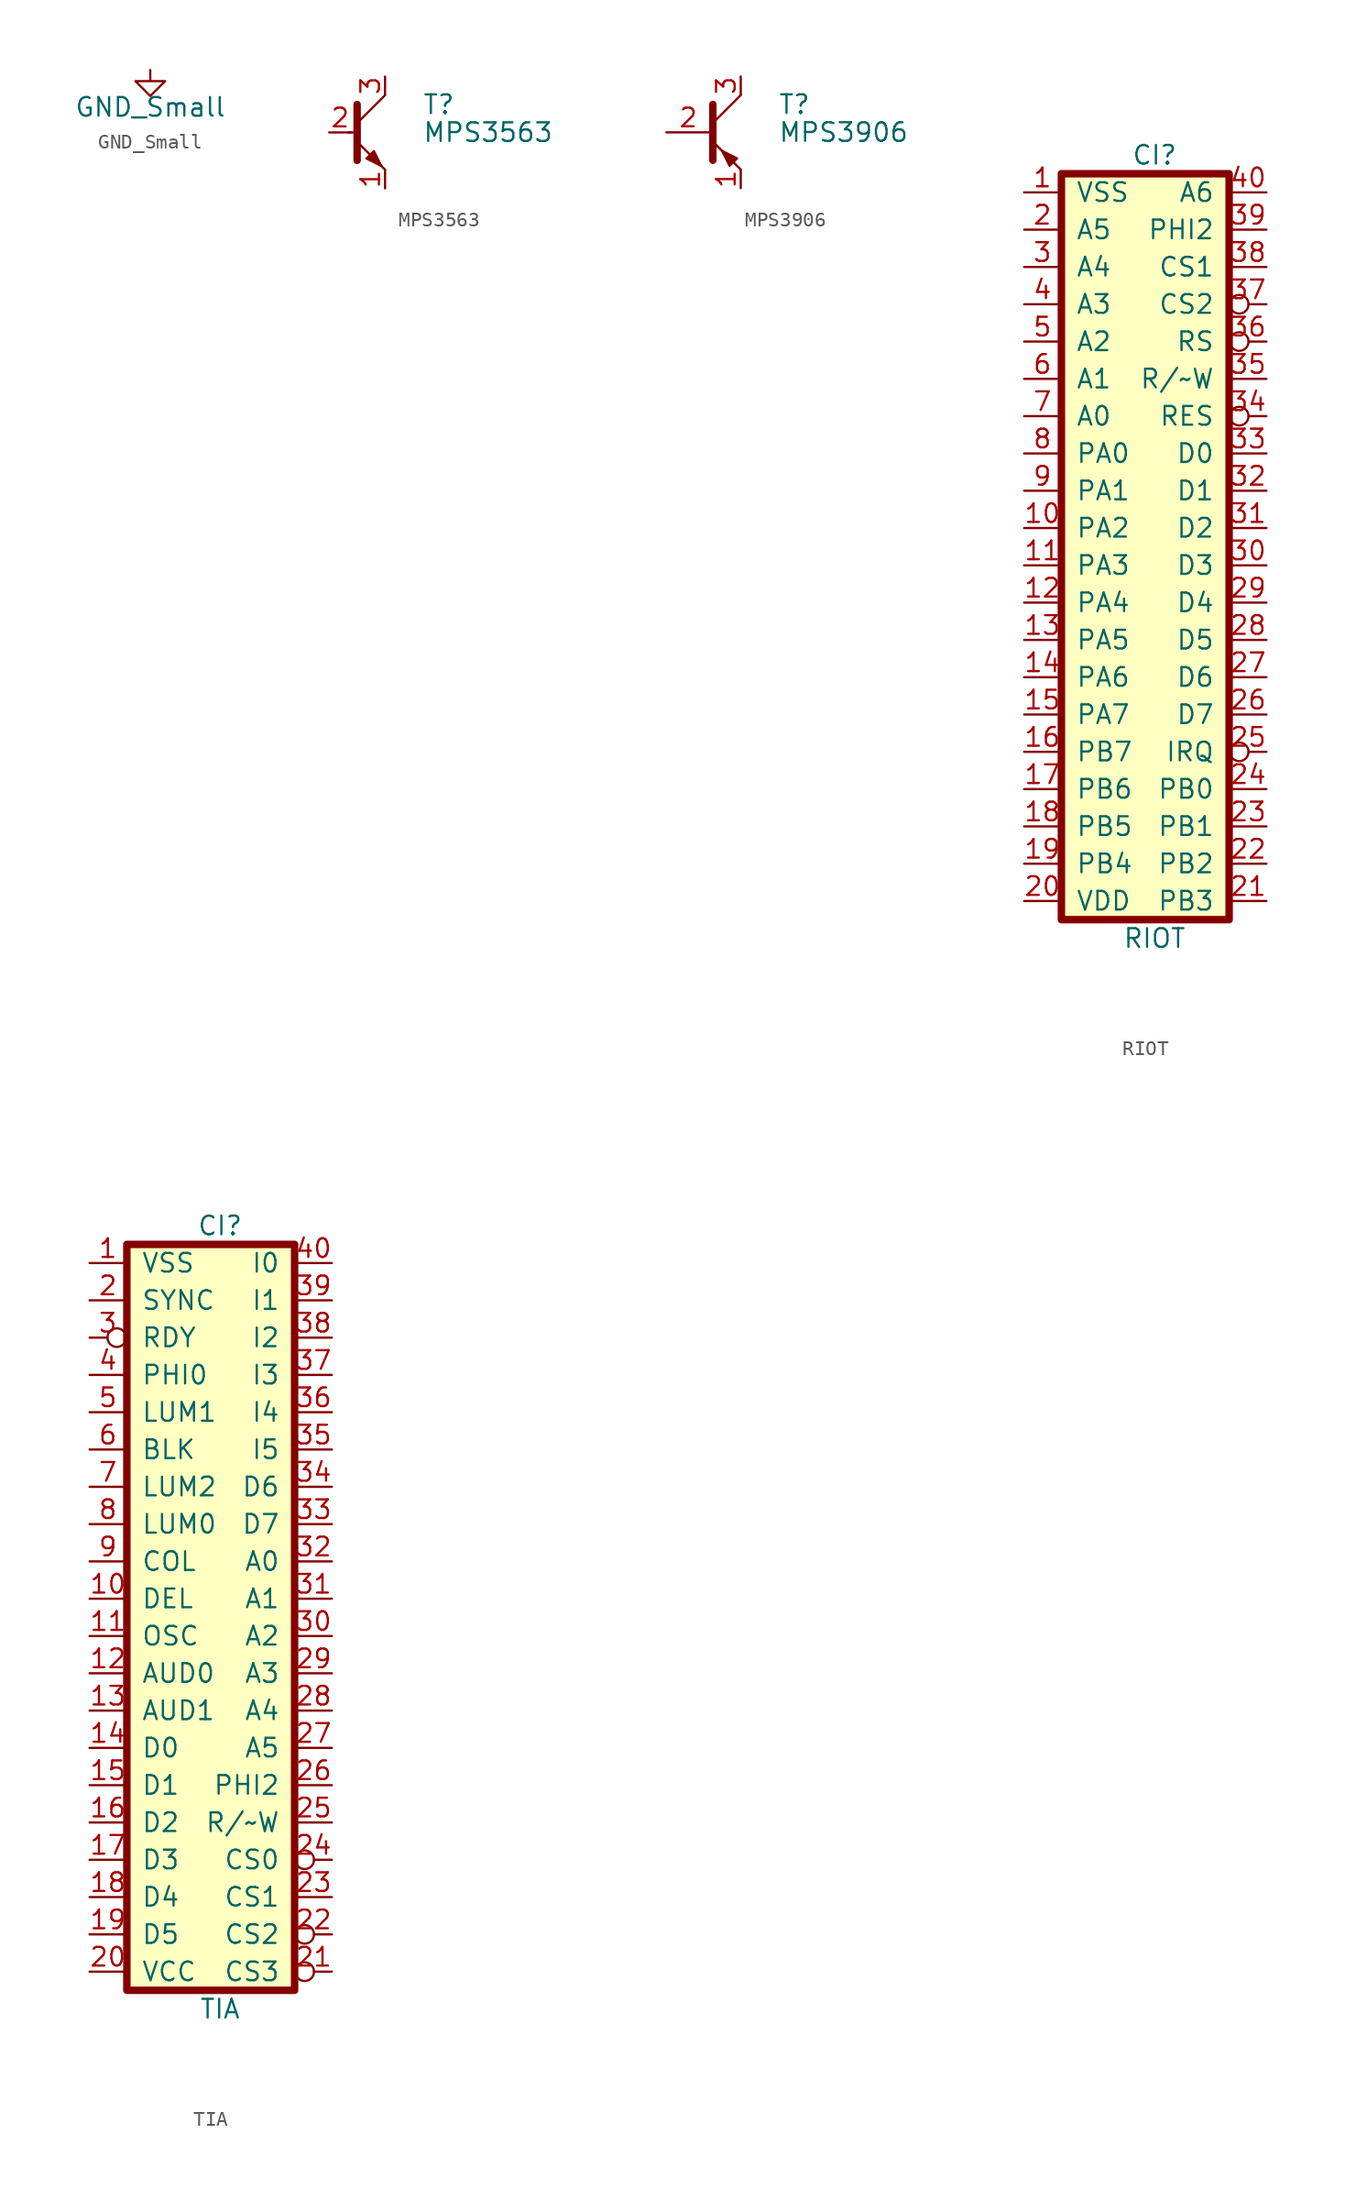
<source format=kicad_sym>
(kicad_symbol_lib
  (version 20220914)
  (generator kicad_symbol_editor)
  (symbol "GND_Small"
    (power)
    (pin_names
      (offset 0))
    (property "Reference" "#PWR"
      (at 0 -6.35 0)
      (effects (font (size 1.27 1.27)) hide))
    (property "Value" "GND_Small"
      (at 0 -2.54 0)
      (effects (font (size 1.27 1.27))))
    (symbol "GND_Small_0_1"
      (polyline (pts (xy 0 0) (xy 0 -0.762) (xy -1.016 -0.762) (xy 0 -1.778) (xy 1.016 -0.762) (xy 0 -0.762)) (stroke (width 0) (type default)) (fill (type none))))
    (symbol "GND_Small_1_1"
      (pin power_in line (at 0 0 270) (length 0) hide (name "GND" (effects (font (size 1.27 1.27)))) (number "1" (effects (font (size 1.27 1.27)))))))
  (symbol "MPS3563"
    (pin_names
      (offset 0) hide)
    (property "Reference" "T"
      (at 5.08 1.905 0)
      (effects (font (size 1.27 1.27)) (justify left)))
    (property "Value" "MPS3563"
      (at 5.08 0 0)
      (effects (font (size 1.27 1.27)) (justify left)))
    (symbol "MPS3563_0_1"
      (polyline (pts (xy 0 0) (xy 0.635 0)) (stroke (width 0) (type default)) (fill (type none)))
      (polyline (pts (xy 0.635 0.635) (xy 2.54 2.54)) (stroke (width 0) (type default)) (fill (type none)))
      (polyline (pts (xy 0.635 -0.635) (xy 2.54 -2.54) (xy 2.54 -2.54)) (stroke (width 0) (type default)) (fill (type none)))
      (polyline (pts (xy 0.635 1.905) (xy 0.635 -1.905) (xy 0.635 -1.905)) (stroke (width 0.508) (type default)) (fill (type none)))
      (polyline (pts (xy 1.27 -1.778) (xy 1.778 -1.27) (xy 2.286 -2.286) (xy 1.27 -1.778) (xy 1.27 -1.778)) (stroke (width 0) (type default)) (fill (type outline))))
    (symbol "MPS3563_1_1"
      (pin passive line (at 2.54 -3.81 90) (length 1.245) (name "E" (effects (font (size 1.27 1.27)))) (number "1" (effects (font (size 1.27 1.27)))))
      (pin input line (at -1.27 0 0) (length 1.499) (name "B" (effects (font (size 1.27 1.27)))) (number "2" (effects (font (size 1.27 1.27)))))
      (pin passive line (at 2.54 3.81 270) (length 1.245) (name "C" (effects (font (size 1.27 1.27)))) (number "3" (effects (font (size 1.27 1.27)))))))
  (symbol "MPS3906"
    (pin_names
      (offset 0) hide)
    (property "Reference" "T"
      (at 5.08 1.905 0)
      (effects (font (size 1.27 1.27)) (justify left)))
    (property "Value" "MPS3906"
      (at 5.08 0 0)
      (effects (font (size 1.27 1.27)) (justify left)))
    (symbol "MPS3906_0_1"
      (polyline (pts (xy 0.635 0.635) (xy 2.54 2.54)) (stroke (width 0) (type default)) (fill (type none)))
      (polyline (pts (xy 0.635 -0.635) (xy 2.54 -2.54) (xy 2.54 -2.54)) (stroke (width 0) (type default)) (fill (type none)))
      (polyline (pts (xy 0.635 1.905) (xy 0.635 -1.905) (xy 0.635 -1.905)) (stroke (width 0.508) (type default)) (fill (type none)))
      (polyline (pts (xy 2.286 -1.778) (xy 1.778 -2.286) (xy 1.27 -1.27) (xy 2.286 -1.778) (xy 2.286 -1.778)) (stroke (width 0) (type default)) (fill (type outline))))
    (symbol "MPS3906_1_1"
      (pin passive line (at 2.54 -3.81 90) (length 1.245) (name "E" (effects (font (size 1.27 1.27)))) (number "1" (effects (font (size 1.27 1.27)))))
      (pin input line (at -2.54 0 0) (length 2.997) (name "B" (effects (font (size 1.27 1.27)))) (number "2" (effects (font (size 1.27 1.27)))))
      (pin passive line (at 2.54 3.81 270) (length 1.245) (name "C" (effects (font (size 1.27 1.27)))) (number "3" (effects (font (size 1.27 1.27)))))))
  (symbol "RIOT"
    (pin_names
      (offset 1.016))
    (property "Reference" "CI"
      (at 0 25.4 0)
      (effects (font (size 1.27 1.27))))
    (property "Value" "RIOT"
      (at 0 -27.94 0)
      (effects (font (size 1.27 1.27))))
    (symbol "RIOT_0_1"
      (rectangle (start -6.35 24.13) (end 5.08 -26.67) (stroke (width 0.508) (type default)) (fill (type background))))
    (symbol "RIOT_1_0"
      (pin bidirectional line (at -8.89 -17.78 0) (length 2.489) (name "PB6" (effects (font (size 1.27 1.27)))) (number "17" (effects (font (size 1.27 1.27))))))
    (symbol "RIOT_1_1"
      (pin power_in line (at -8.89 22.86 0) (length 2.489) (name "VSS" (effects (font (size 1.27 1.27)))) (number "1" (effects (font (size 1.27 1.27)))))
      (pin bidirectional line (at -8.89 0 0) (length 2.489) (name "PA2" (effects (font (size 1.27 1.27)))) (number "10" (effects (font (size 1.27 1.27)))))
      (pin bidirectional line (at -8.89 -2.54 0) (length 2.489) (name "PA3" (effects (font (size 1.27 1.27)))) (number "11" (effects (font (size 1.27 1.27)))))
      (pin bidirectional line (at -8.89 -5.08 0) (length 2.489) (name "PA4" (effects (font (size 1.27 1.27)))) (number "12" (effects (font (size 1.27 1.27)))))
      (pin bidirectional line (at -8.89 -7.62 0) (length 2.489) (name "PA5" (effects (font (size 1.27 1.27)))) (number "13" (effects (font (size 1.27 1.27)))))
      (pin bidirectional line (at -8.89 -10.16 0) (length 2.489) (name "PA6" (effects (font (size 1.27 1.27)))) (number "14" (effects (font (size 1.27 1.27)))))
      (pin bidirectional line (at -8.89 -12.7 0) (length 2.489) (name "PA7" (effects (font (size 1.27 1.27)))) (number "15" (effects (font (size 1.27 1.27)))))
      (pin bidirectional line (at -8.89 -15.24 0) (length 2.489) (name "PB7" (effects (font (size 1.27 1.27)))) (number "16" (effects (font (size 1.27 1.27)))))
      (pin bidirectional line (at -8.89 -20.32 0) (length 2.489) (name "PB5" (effects (font (size 1.27 1.27)))) (number "18" (effects (font (size 1.27 1.27)))))
      (pin bidirectional line (at -8.89 -22.86 0) (length 2.489) (name "PB4" (effects (font (size 1.27 1.27)))) (number "19" (effects (font (size 1.27 1.27)))))
      (pin input line (at -8.89 20.32 0) (length 2.489) (name "A5" (effects (font (size 1.27 1.27)))) (number "2" (effects (font (size 1.27 1.27)))))
      (pin power_in line (at -8.89 -25.4 0) (length 2.489) (name "VDD" (effects (font (size 1.27 1.27)))) (number "20" (effects (font (size 1.27 1.27)))))
      (pin bidirectional line (at 7.62 -25.4 180) (length 2.489) (name "PB3" (effects (font (size 1.27 1.27)))) (number "21" (effects (font (size 1.27 1.27)))))
      (pin bidirectional line (at 7.62 -22.86 180) (length 2.489) (name "PB2" (effects (font (size 1.27 1.27)))) (number "22" (effects (font (size 1.27 1.27)))))
      (pin bidirectional line (at 7.62 -20.32 180) (length 2.489) (name "PB1" (effects (font (size 1.27 1.27)))) (number "23" (effects (font (size 1.27 1.27)))))
      (pin bidirectional line (at 7.62 -17.78 180) (length 2.489) (name "PB0" (effects (font (size 1.27 1.27)))) (number "24" (effects (font (size 1.27 1.27)))))
      (pin output inverted (at 7.62 -15.24 180) (length 2.489) (name "IRQ" (effects (font (size 1.27 1.27)))) (number "25" (effects (font (size 1.27 1.27)))))
      (pin bidirectional line (at 7.62 -12.7 180) (length 2.489) (name "D7" (effects (font (size 1.27 1.27)))) (number "26" (effects (font (size 1.27 1.27)))))
      (pin bidirectional line (at 7.62 -10.16 180) (length 2.489) (name "D6" (effects (font (size 1.27 1.27)))) (number "27" (effects (font (size 1.27 1.27)))))
      (pin bidirectional line (at 7.62 -7.62 180) (length 2.489) (name "D5" (effects (font (size 1.27 1.27)))) (number "28" (effects (font (size 1.27 1.27)))))
      (pin bidirectional line (at 7.62 -5.08 180) (length 2.489) (name "D4" (effects (font (size 1.27 1.27)))) (number "29" (effects (font (size 1.27 1.27)))))
      (pin input line (at -8.89 17.78 0) (length 2.489) (name "A4" (effects (font (size 1.27 1.27)))) (number "3" (effects (font (size 1.27 1.27)))))
      (pin bidirectional line (at 7.62 -2.54 180) (length 2.489) (name "D3" (effects (font (size 1.27 1.27)))) (number "30" (effects (font (size 1.27 1.27)))))
      (pin bidirectional line (at 7.62 0 180) (length 2.489) (name "D2" (effects (font (size 1.27 1.27)))) (number "31" (effects (font (size 1.27 1.27)))))
      (pin bidirectional line (at 7.62 2.54 180) (length 2.489) (name "D1" (effects (font (size 1.27 1.27)))) (number "32" (effects (font (size 1.27 1.27)))))
      (pin bidirectional line (at 7.62 5.08 180) (length 2.489) (name "D0" (effects (font (size 1.27 1.27)))) (number "33" (effects (font (size 1.27 1.27)))))
      (pin input inverted (at 7.62 7.62 180) (length 2.489) (name "RES" (effects (font (size 1.27 1.27)))) (number "34" (effects (font (size 1.27 1.27)))))
      (pin input line (at 7.62 10.16 180) (length 2.489) (name "R/~W" (effects (font (size 1.27 1.27)))) (number "35" (effects (font (size 1.27 1.27)))))
      (pin input inverted (at 7.62 12.7 180) (length 2.489) (name "RS" (effects (font (size 1.27 1.27)))) (number "36" (effects (font (size 1.27 1.27)))))
      (pin input inverted (at 7.62 15.24 180) (length 2.489) (name "CS2" (effects (font (size 1.27 1.27)))) (number "37" (effects (font (size 1.27 1.27)))))
      (pin input line (at 7.62 17.78 180) (length 2.489) (name "CS1" (effects (font (size 1.27 1.27)))) (number "38" (effects (font (size 1.27 1.27)))))
      (pin input line (at 7.62 20.32 180) (length 2.489) (name "PHI2" (effects (font (size 1.27 1.27)))) (number "39" (effects (font (size 1.27 1.27)))))
      (pin input line (at -8.89 15.24 0) (length 2.489) (name "A3" (effects (font (size 1.27 1.27)))) (number "4" (effects (font (size 1.27 1.27)))))
      (pin bidirectional line (at 7.62 22.86 180) (length 2.489) (name "A6" (effects (font (size 1.27 1.27)))) (number "40" (effects (font (size 1.27 1.27)))))
      (pin input line (at -8.89 12.7 0) (length 2.489) (name "A2" (effects (font (size 1.27 1.27)))) (number "5" (effects (font (size 1.27 1.27)))))
      (pin input line (at -8.89 10.16 0) (length 2.489) (name "A1" (effects (font (size 1.27 1.27)))) (number "6" (effects (font (size 1.27 1.27)))))
      (pin input line (at -8.89 7.62 0) (length 2.489) (name "A0" (effects (font (size 1.27 1.27)))) (number "7" (effects (font (size 1.27 1.27)))))
      (pin bidirectional line (at -8.89 5.08 0) (length 2.489) (name "PA0" (effects (font (size 1.27 1.27)))) (number "8" (effects (font (size 1.27 1.27)))))
      (pin bidirectional line (at -8.89 2.54 0) (length 2.489) (name "PA1" (effects (font (size 1.27 1.27)))) (number "9" (effects (font (size 1.27 1.27)))))))
  (symbol "TIA"
    (pin_names
      (offset 1.016))
    (property "Reference" "CI"
      (at 0 25.4 0)
      (effects (font (size 1.27 1.27))))
    (property "Value" "TIA"
      (at 0 -27.94 0)
      (effects (font (size 1.27 1.27))))
    (symbol "TIA_0_1"
      (rectangle (start -6.35 24.13) (end 5.08 -26.67) (stroke (width 0.508) (type default)) (fill (type background))))
    (symbol "TIA_1_0"
      (pin input line (at -8.89 -17.78 0) (length 2.489) (name "D3" (effects (font (size 1.27 1.27)))) (number "17" (effects (font (size 1.27 1.27))))))
    (symbol "TIA_1_1"
      (pin power_in line (at -8.89 22.86 0) (length 2.489) (name "VSS" (effects (font (size 1.27 1.27)))) (number "1" (effects (font (size 1.27 1.27)))))
      (pin input line (at -8.89 0 0) (length 2.489) (name "DEL" (effects (font (size 1.27 1.27)))) (number "10" (effects (font (size 1.27 1.27)))))
      (pin input line (at -8.89 -2.54 0) (length 2.489) (name "OSC" (effects (font (size 1.27 1.27)))) (number "11" (effects (font (size 1.27 1.27)))))
      (pin output line (at -8.89 -5.08 0) (length 2.489) (name "AUD0" (effects (font (size 1.27 1.27)))) (number "12" (effects (font (size 1.27 1.27)))))
      (pin passive line (at -8.89 -7.62 0) (length 2.489) (name "AUD1" (effects (font (size 1.27 1.27)))) (number "13" (effects (font (size 1.27 1.27)))))
      (pin input line (at -8.89 -10.16 0) (length 2.489) (name "D0" (effects (font (size 1.27 1.27)))) (number "14" (effects (font (size 1.27 1.27)))))
      (pin input line (at -8.89 -12.7 0) (length 2.489) (name "D1" (effects (font (size 1.27 1.27)))) (number "15" (effects (font (size 1.27 1.27)))))
      (pin input line (at -8.89 -15.24 0) (length 2.489) (name "D2" (effects (font (size 1.27 1.27)))) (number "16" (effects (font (size 1.27 1.27)))))
      (pin input line (at -8.89 -20.32 0) (length 2.489) (name "D4" (effects (font (size 1.27 1.27)))) (number "18" (effects (font (size 1.27 1.27)))))
      (pin input line (at -8.89 -22.86 0) (length 2.489) (name "D5" (effects (font (size 1.27 1.27)))) (number "19" (effects (font (size 1.27 1.27)))))
      (pin output line (at -8.89 20.32 0) (length 2.489) (name "SYNC" (effects (font (size 1.27 1.27)))) (number "2" (effects (font (size 1.27 1.27)))))
      (pin power_in line (at -8.89 -25.4 0) (length 2.489) (name "VCC" (effects (font (size 1.27 1.27)))) (number "20" (effects (font (size 1.27 1.27)))))
      (pin input inverted (at 7.62 -25.4 180) (length 2.489) (name "CS3" (effects (font (size 1.27 1.27)))) (number "21" (effects (font (size 1.27 1.27)))))
      (pin input inverted (at 7.62 -22.86 180) (length 2.489) (name "CS2" (effects (font (size 1.27 1.27)))) (number "22" (effects (font (size 1.27 1.27)))))
      (pin input line (at 7.62 -20.32 180) (length 2.489) (name "CS1" (effects (font (size 1.27 1.27)))) (number "23" (effects (font (size 1.27 1.27)))))
      (pin input inverted (at 7.62 -17.78 180) (length 2.489) (name "CS0" (effects (font (size 1.27 1.27)))) (number "24" (effects (font (size 1.27 1.27)))))
      (pin input line (at 7.62 -15.24 180) (length 2.489) (name "R/~W" (effects (font (size 1.27 1.27)))) (number "25" (effects (font (size 1.27 1.27)))))
      (pin input line (at 7.62 -12.7 180) (length 2.489) (name "PHI2" (effects (font (size 1.27 1.27)))) (number "26" (effects (font (size 1.27 1.27)))))
      (pin input line (at 7.62 -10.16 180) (length 2.489) (name "A5" (effects (font (size 1.27 1.27)))) (number "27" (effects (font (size 1.27 1.27)))))
      (pin input line (at 7.62 -7.62 180) (length 2.489) (name "A4" (effects (font (size 1.27 1.27)))) (number "28" (effects (font (size 1.27 1.27)))))
      (pin input line (at 7.62 -5.08 180) (length 2.489) (name "A3" (effects (font (size 1.27 1.27)))) (number "29" (effects (font (size 1.27 1.27)))))
      (pin output inverted (at -8.89 17.78 0) (length 2.489) (name "RDY" (effects (font (size 1.27 1.27)))) (number "3" (effects (font (size 1.27 1.27)))))
      (pin input line (at 7.62 -2.54 180) (length 2.489) (name "A2" (effects (font (size 1.27 1.27)))) (number "30" (effects (font (size 1.27 1.27)))))
      (pin input line (at 7.62 0 180) (length 2.489) (name "A1" (effects (font (size 1.27 1.27)))) (number "31" (effects (font (size 1.27 1.27)))))
      (pin input line (at 7.62 2.54 180) (length 2.489) (name "A0" (effects (font (size 1.27 1.27)))) (number "32" (effects (font (size 1.27 1.27)))))
      (pin bidirectional line (at 7.62 5.08 180) (length 2.489) (name "D7" (effects (font (size 1.27 1.27)))) (number "33" (effects (font (size 1.27 1.27)))))
      (pin bidirectional line (at 7.62 7.62 180) (length 2.489) (name "D6" (effects (font (size 1.27 1.27)))) (number "34" (effects (font (size 1.27 1.27)))))
      (pin input line (at 7.62 10.16 180) (length 2.489) (name "I5" (effects (font (size 1.27 1.27)))) (number "35" (effects (font (size 1.27 1.27)))))
      (pin input line (at 7.62 12.7 180) (length 2.489) (name "I4" (effects (font (size 1.27 1.27)))) (number "36" (effects (font (size 1.27 1.27)))))
      (pin input line (at 7.62 15.24 180) (length 2.489) (name "I3" (effects (font (size 1.27 1.27)))) (number "37" (effects (font (size 1.27 1.27)))))
      (pin input line (at 7.62 17.78 180) (length 2.489) (name "I2" (effects (font (size 1.27 1.27)))) (number "38" (effects (font (size 1.27 1.27)))))
      (pin input line (at 7.62 20.32 180) (length 2.489) (name "I1" (effects (font (size 1.27 1.27)))) (number "39" (effects (font (size 1.27 1.27)))))
      (pin output line (at -8.89 15.24 0) (length 2.489) (name "PHI0" (effects (font (size 1.27 1.27)))) (number "4" (effects (font (size 1.27 1.27)))))
      (pin input line (at 7.62 22.86 180) (length 2.489) (name "I0" (effects (font (size 1.27 1.27)))) (number "40" (effects (font (size 1.27 1.27)))))
      (pin output line (at -8.89 12.7 0) (length 2.489) (name "LUM1" (effects (font (size 1.27 1.27)))) (number "5" (effects (font (size 1.27 1.27)))))
      (pin output line (at -8.89 10.16 0) (length 2.489) (name "BLK" (effects (font (size 1.27 1.27)))) (number "6" (effects (font (size 1.27 1.27)))))
      (pin output line (at -8.89 7.62 0) (length 2.489) (name "LUM2" (effects (font (size 1.27 1.27)))) (number "7" (effects (font (size 1.27 1.27)))))
      (pin output line (at -8.89 5.08 0) (length 2.489) (name "LUM0" (effects (font (size 1.27 1.27)))) (number "8" (effects (font (size 1.27 1.27)))))
      (pin output line (at -8.89 2.54 0) (length 2.489) (name "COL" (effects (font (size 1.27 1.27)))) (number "9" (effects (font (size 1.27 1.27))))))))
</source>
